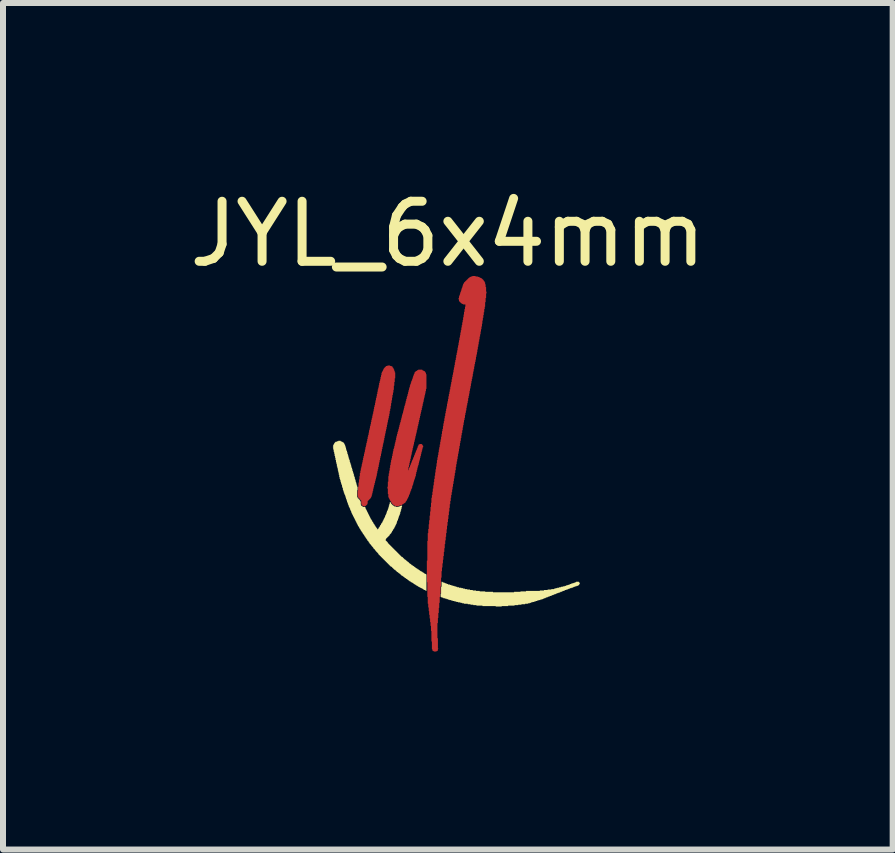
<source format=kicad_pcb>
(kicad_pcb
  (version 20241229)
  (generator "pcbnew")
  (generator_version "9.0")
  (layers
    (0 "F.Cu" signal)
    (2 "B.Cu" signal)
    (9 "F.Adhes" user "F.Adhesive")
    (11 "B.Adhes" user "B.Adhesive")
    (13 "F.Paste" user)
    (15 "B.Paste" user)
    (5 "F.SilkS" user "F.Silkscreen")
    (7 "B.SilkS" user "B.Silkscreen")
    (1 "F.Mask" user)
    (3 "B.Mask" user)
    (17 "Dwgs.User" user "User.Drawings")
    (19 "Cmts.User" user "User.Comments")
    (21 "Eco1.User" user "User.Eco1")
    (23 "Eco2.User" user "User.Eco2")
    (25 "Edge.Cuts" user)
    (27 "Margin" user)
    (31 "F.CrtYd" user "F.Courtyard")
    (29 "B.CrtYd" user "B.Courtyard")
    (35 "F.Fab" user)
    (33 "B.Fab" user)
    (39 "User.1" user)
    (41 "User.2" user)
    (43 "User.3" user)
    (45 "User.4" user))
  (footprint "JYL_6x4mm"
    (layer "F.Cu")
    (at 2.463 7.852)
    (property "Reference" "JYL_6x4mm" (at 1.948 -7.004 0) (layer "F.SilkS") (effects (font (size 1 1) (thickness 0.15))))
    (fp_poly (pts (xy 2.547 -0.805) (xy 2.524 -0.805) (xy 2.524 -0.813) (xy 2.424 -0.813) (xy 2.424 -0.821) (xy 2.371 -0.821) (xy 2.371 -0.828) (xy 2.325 -0.828) (xy 2.325 -0.836) (xy 2.279 -0.836) (xy 2.279 -0.844) (xy 2.218 -0.844) (xy 2.218 -0.851) (xy 2.187 -0.851) (xy 2.187 -0.859) (xy 2.157 -0.859) (xy 2.157 -0.867) (xy 2.118 -0.867) (xy 2.118 -0.874) (xy 2.088 -0.874) (xy 2.088 -0.882) (xy 2.057 -0.882) (xy 2.057 -0.89) (xy 2.027 -0.89) (xy 2.027 -0.897) (xy 2.004 -0.897) (xy 2.004 -0.905) (xy 1.973 -0.905) (xy 1.973 -0.913) (xy 1.95 -0.913) (xy 1.95 -0.92) (xy 1.927 -0.92) (xy 1.927 -0.928) (xy 1.904 -0.928) (xy 1.904 -0.935) (xy 1.874 -0.935) (xy 1.874 -0.943) (xy 1.858 -0.943) (xy 1.858 -0.951) (xy 1.835 -0.951) (xy 1.835 -0.958) (xy 1.828 -0.958) (xy 1.828 -1.012) (xy 1.835 -1.012) (xy 1.835 -1.127) (xy 1.843 -1.127) (xy 1.843 -1.211) (xy 1.858 -1.211) (xy 1.858 -1.203) (xy 1.874 -1.203) (xy 1.874 -1.195) (xy 1.897 -1.195) (xy 1.897 -1.188) (xy 1.912 -1.188) (xy 1.912 -1.18) (xy 1.935 -1.18) (xy 1.935 -1.173) (xy 1.95 -1.173) (xy 1.95 -1.165) (xy 1.981 -1.165) (xy 1.981 -1.157) (xy 2.004 -1.157) (xy 2.004 -1.15) (xy 2.027 -1.15) (xy 2.027 -1.142) (xy 2.057 -1.142) (xy 2.057 -1.134) (xy 2.08 -1.134) (xy 2.08 -1.127) (xy 2.103 -1.127) (xy 2.103 -1.119) (xy 2.134 -1.119) (xy 2.134 -1.111) (xy 2.172 -1.111) (xy 2.172 -1.104) (xy 2.203 -1.104) (xy 2.203 -1.096) (xy 2.233 -1.096) (xy 2.233 -1.088) (xy 2.271 -1.088) (xy 2.271 -1.081) (xy 2.317 -1.081) (xy 2.317 -1.073) (xy 2.363 -1.073) (xy 2.363 -1.065) (xy 2.417 -1.065) (xy 2.417 -1.058) (xy 2.478 -1.058) (xy 2.478 -1.05) (xy 2.57 -1.05) (xy 2.57 -1.043) (xy 2.7 -1.043) (xy 2.7 -1.035) (xy 3.051 -1.035) (xy 3.051 -1.043) (xy 3.158 -1.043) (xy 3.158 -1.05) (xy 3.25 -1.05) (xy 3.25 -1.058) (xy 3.48 -1.058) (xy 3.48 -1.065) (xy 3.549 -1.065) (xy 3.549 -1.073) (xy 3.61 -1.073) (xy 3.61 -1.081) (xy 3.671 -1.081) (xy 3.671 -1.088) (xy 3.717 -1.088) (xy 3.717 -1.096) (xy 3.74 -1.096) (xy 3.74 -1.104) (xy 3.77 -1.104) (xy 3.77 -1.111) (xy 3.801 -1.111) (xy 3.801 -1.119) (xy 3.831 -1.119) (xy 3.831 -1.127) (xy 3.862 -1.127) (xy 3.862 -1.134) (xy 3.893 -1.134) (xy 3.893 -1.142) (xy 3.916 -1.142) (xy 3.916 -1.15) (xy 3.939 -1.15) (xy 3.939 -1.157) (xy 3.961 -1.157) (xy 3.961 -1.165) (xy 3.984 -1.165) (xy 3.984 -1.173) (xy 4 -1.173) (xy 4 -1.18) (xy 4.023 -1.18) (xy 4.023 -1.188) (xy 4.046 -1.188) (xy 4.046 -1.195) (xy 4.069 -1.195) (xy 4.069 -1.203) (xy 4.084 -1.203) (xy 4.084 -1.211) (xy 4.13 -1.211) (xy 4.13 -1.203) (xy 4.137 -1.203) (xy 4.137 -1.195) (xy 4.145 -1.195) (xy 4.145 -1.173) (xy 4.137 -1.173) (xy 4.137 -1.157) (xy 4.13 -1.157) (xy 4.13 -1.15) (xy 4.114 -1.15) (xy 4.114 -1.142) (xy 4.091 -1.142) (xy 4.091 -1.134) (xy 4.069 -1.134) (xy 4.069 -1.127) (xy 4.046 -1.127) (xy 4.046 -1.119) (xy 4.03 -1.119) (xy 4.03 -1.111) (xy 4.007 -1.111) (xy 4.007 -1.104) (xy 3.984 -1.104) (xy 3.984 -1.096) (xy 3.961 -1.096) (xy 3.961 -1.088) (xy 3.946 -1.088) (xy 3.946 -1.081) (xy 3.923 -1.081) (xy 3.923 -1.073) (xy 3.9 -1.073) (xy 3.9 -1.065) (xy 3.885 -1.065) (xy 3.885 -1.058) (xy 3.862 -1.058) (xy 3.862 -1.05) (xy 3.847 -1.05) (xy 3.847 -1.043) (xy 3.824 -1.043) (xy 3.824 -1.035) (xy 3.809 -1.035) (xy 3.809 -1.027) (xy 3.786 -1.027) (xy 3.786 -1.02) (xy 3.763 -1.02) (xy 3.763 -1.012) (xy 3.747 -1.012) (xy 3.747 -1.004) (xy 3.724 -1.004) (xy 3.724 -0.997) (xy 3.709 -0.997) (xy 3.709 -0.989) (xy 3.686 -0.989) (xy 3.686 -0.981) (xy 3.671 -0.981) (xy 3.671 -0.974) (xy 3.648 -0.974) (xy 3.648 -0.966) (xy 3.625 -0.966) (xy 3.625 -0.958) (xy 3.61 -0.958) (xy 3.61 -0.951) (xy 3.587 -0.951) (xy 3.587 -0.943) (xy 3.571 -0.943) (xy 3.571 -0.935) (xy 3.549 -0.935) (xy 3.549 -0.928) (xy 3.533 -0.928) (xy 3.533 -0.92) (xy 3.51 -0.92) (xy 3.51 -0.913) (xy 3.487 -0.913) (xy 3.487 -0.905) (xy 3.457 -0.905) (xy 3.457 -0.897) (xy 3.434 -0.897) (xy 3.434 -0.89) (xy 3.411 -0.89) (xy 3.411 -0.882) (xy 3.388 -0.882) (xy 3.388 -0.874) (xy 3.357 -0.874) (xy 3.357 -0.867) (xy 3.334 -0.867) (xy 3.334 -0.859) (xy 3.311 -0.859) (xy 3.311 -0.851) (xy 3.281 -0.851) (xy 3.281 -0.844) (xy 3.235 -0.844) (xy 3.235 -0.836) (xy 3.174 -0.836) (xy 3.174 -0.828) (xy 3.12 -0.828) (xy 3.12 -0.821) (xy 3.059 -0.821) (xy 3.059 -0.813) (xy 2.952 -0.813) (xy 2.952 -0.805) (xy 2.845 -0.805) (xy 2.845 -0.798) (xy 2.745 -0.798) (xy 2.745 -0.805) (xy 2.554 -0.805)) (stroke (width 0) (type default)) (fill yes) (layer "F.SilkS"))
    (fp_poly (pts (xy 1.239 -1.272) (xy 1.231 -1.272) (xy 1.231 -1.28) (xy 1.224 -1.28) (xy 1.224 -1.287) (xy 1.216 -1.287) (xy 1.216 -1.295) (xy 1.201 -1.295) (xy 1.201 -1.303) (xy 1.193 -1.303) (xy 1.193 -1.31) (xy 1.178 -1.31) (xy 1.178 -1.318) (xy 1.17 -1.318) (xy 1.17 -1.325) (xy 1.162 -1.325) (xy 1.162 -1.333) (xy 1.155 -1.333) (xy 1.155 -1.341) (xy 1.147 -1.341) (xy 1.147 -1.348) (xy 1.132 -1.348) (xy 1.132 -1.356) (xy 1.124 -1.356) (xy 1.124 -1.364) (xy 1.117 -1.364) (xy 1.117 -1.371) (xy 1.101 -1.371) (xy 1.101 -1.379) (xy 1.094 -1.379) (xy 1.094 -1.387) (xy 1.086 -1.387) (xy 1.086 -1.394) (xy 1.078 -1.394) (xy 1.078 -1.402) (xy 1.071 -1.402) (xy 1.071 -1.41) (xy 1.055 -1.41) (xy 1.055 -1.417) (xy 1.048 -1.417) (xy 1.048 -1.425) (xy 1.04 -1.425) (xy 1.04 -1.433) (xy 1.032 -1.433) (xy 1.032 -1.44) (xy 1.025 -1.44) (xy 1.025 -1.448) (xy 1.017 -1.448) (xy 1.017 -1.456) (xy 1.009 -1.456) (xy 1.009 -1.463) (xy 0.994 -1.463) (xy 0.994 -1.471) (xy 0.987 -1.471) (xy 0.987 -1.478) (xy 0.979 -1.478) (xy 0.979 -1.486) (xy 0.971 -1.486) (xy 0.971 -1.494) (xy 0.964 -1.494) (xy 0.964 -1.501) (xy 0.956 -1.501) (xy 0.956 -1.509) (xy 0.948 -1.509) (xy 0.948 -1.517) (xy 0.941 -1.517) (xy 0.941 -1.524) (xy 0.933 -1.524) (xy 0.933 -1.532) (xy 0.925 -1.532) (xy 0.925 -1.54) (xy 0.918 -1.54) (xy 0.918 -1.547) (xy 0.91 -1.547) (xy 0.91 -1.555) (xy 0.902 -1.555) (xy 0.902 -1.563) (xy 0.895 -1.563) (xy 0.895 -1.57) (xy 0.887 -1.57) (xy 0.887 -1.578) (xy 0.879 -1.578) (xy 0.879 -1.586) (xy 0.872 -1.586) (xy 0.872 -1.593) (xy 0.864 -1.593) (xy 0.864 -1.601) (xy 0.857 -1.601) (xy 0.857 -1.608) (xy 0.849 -1.608) (xy 0.849 -1.616) (xy 0.841 -1.616) (xy 0.841 -1.624) (xy 0.834 -1.624) (xy 0.834 -1.631) (xy 0.826 -1.631) (xy 0.826 -1.639) (xy 0.818 -1.639) (xy 0.818 -1.647) (xy 0.811 -1.647) (xy 0.811 -1.654) (xy 0.803 -1.654) (xy 0.803 -1.662) (xy 0.795 -1.662) (xy 0.795 -1.67) (xy 0.788 -1.67) (xy 0.788 -1.685) (xy 0.78 -1.685) (xy 0.78 -1.693) (xy 0.772 -1.693) (xy 0.772 -1.7) (xy 0.765 -1.7) (xy 0.765 -1.708) (xy 0.757 -1.708) (xy 0.757 -1.716) (xy 0.749 -1.716) (xy 0.749 -1.723) (xy 0.742 -1.723) (xy 0.742 -1.738) (xy 0.734 -1.738) (xy 0.734 -1.746) (xy 0.727 -1.746) (xy 0.727 -1.754) (xy 0.719 -1.754) (xy 0.719 -1.761) (xy 0.711 -1.761) (xy 0.711 -1.769) (xy 0.704 -1.769) (xy 0.704 -1.784) (xy 0.696 -1.784) (xy 0.696 -1.792) (xy 0.688 -1.792) (xy 0.688 -1.8) (xy 0.681 -1.8) (xy 0.681 -1.807) (xy 0.673 -1.807) (xy 0.673 -1.823) (xy 0.665 -1.823) (xy 0.665 -1.83) (xy 0.658 -1.83) (xy 0.658 -1.838) (xy 0.65 -1.838) (xy 0.65 -1.846) (xy 0.642 -1.846) (xy 0.642 -1.861) (xy 0.635 -1.861) (xy 0.635 -1.868) (xy 0.627 -1.868) (xy 0.627 -1.884) (xy 0.619 -1.884) (xy 0.619 -1.891) (xy 0.612 -1.891) (xy 0.612 -1.899) (xy 0.604 -1.899) (xy 0.604 -1.914) (xy 0.597 -1.914) (xy 0.597 -1.922) (xy 0.589 -1.922) (xy 0.589 -1.937) (xy 0.581 -1.937) (xy 0.581 -1.945) (xy 0.574 -1.945) (xy 0.574 -1.96) (xy 0.566 -1.96) (xy 0.566 -1.968) (xy 0.558 -1.968) (xy 0.558 -1.983) (xy 0.551 -1.983) (xy 0.551 -1.991) (xy 0.543 -1.991) (xy 0.543 -2.006) (xy 0.535 -2.006) (xy 0.535 -2.014) (xy 0.528 -2.014) (xy 0.528 -2.029) (xy 0.52 -2.029) (xy 0.52 -2.037) (xy 0.512 -2.037) (xy 0.512 -2.052) (xy 0.505 -2.052) (xy 0.505 -2.06) (xy 0.497 -2.06) (xy 0.497 -2.075) (xy 0.489 -2.075) (xy 0.489 -2.09) (xy 0.482 -2.09) (xy 0.482 -2.098) (xy 0.474 -2.098) (xy 0.474 -2.113) (xy 0.467 -2.113) (xy 0.467 -2.128) (xy 0.459 -2.128) (xy 0.459 -2.136) (xy 0.451 -2.136) (xy 0.451 -2.151) (xy 0.444 -2.151) (xy 0.444 -2.167) (xy 0.436 -2.167) (xy 0.436 -2.182) (xy 0.428 -2.182) (xy 0.428 -2.197) (xy 0.421 -2.197) (xy 0.421 -2.213) (xy 0.413 -2.213) (xy 0.413 -2.228) (xy 0.405 -2.228) (xy 0.405 -2.243) (xy 0.398 -2.243) (xy 0.398 -2.259) (xy 0.39 -2.259) (xy 0.39 -2.274) (xy 0.382 -2.274) (xy 0.382 -2.289) (xy 0.375 -2.289) (xy 0.375 -2.304) (xy 0.367 -2.304) (xy 0.367 -2.32) (xy 0.359 -2.32) (xy 0.359 -2.335) (xy 0.352 -2.335) (xy 0.352 -2.35) (xy 0.344 -2.35) (xy 0.344 -2.366) (xy 0.337 -2.366) (xy 0.337 -2.389) (xy 0.329 -2.389) (xy 0.329 -2.404) (xy 0.321 -2.404) (xy 0.321 -2.427) (xy 0.314 -2.427) (xy 0.314 -2.442) (xy 0.306 -2.442) (xy 0.306 -2.457) (xy 0.298 -2.457) (xy 0.298 -2.48) (xy 0.291 -2.48) (xy 0.291 -2.496) (xy 0.283 -2.496) (xy 0.283 -2.519) (xy 0.275 -2.519) (xy 0.275 -2.541) (xy 0.268 -2.541) (xy 0.268 -2.564) (xy 0.26 -2.564) (xy 0.26 -2.587) (xy 0.252 -2.587) (xy 0.252 -2.61) (xy 0.245 -2.61) (xy 0.245 -2.633) (xy 0.237 -2.633) (xy 0.237 -2.656) (xy 0.229 -2.656) (xy 0.229 -2.671) (xy 0.222 -2.671) (xy 0.222 -2.694) (xy 0.214 -2.694) (xy 0.214 -2.717) (xy 0.206 -2.717) (xy 0.206 -2.74) (xy 0.199 -2.74) (xy 0.199 -2.771) (xy 0.191 -2.771) (xy 0.191 -2.794) (xy 0.184 -2.794) (xy 0.184 -2.824) (xy 0.176 -2.824) (xy 0.176 -2.847) (xy 0.168 -2.847) (xy 0.168 -2.87) (xy 0.161 -2.87) (xy 0.161 -2.901) (xy 0.153 -2.901) (xy 0.153 -2.924) (xy 0.145 -2.924) (xy 0.145 -2.954) (xy 0.138 -2.954) (xy 0.138 -2.993) (xy 0.13 -2.993) (xy 0.13 -3.031) (xy 0.122 -3.031) (xy 0.122 -3.062) (xy 0.115 -3.062) (xy 0.115 -3.1) (xy 0.107 -3.1) (xy 0.107 -3.13) (xy 0.099 -3.13) (xy 0.099 -3.169) (xy 0.092 -3.169) (xy 0.092 -3.199) (xy 0.084 -3.199) (xy 0.084 -3.237) (xy 0.076 -3.237) (xy 0.076 -3.276) (xy 0.069 -3.276) (xy 0.069 -3.306) (xy 0.061 -3.306) (xy 0.061 -3.344) (xy 0.054 -3.344) (xy 0.054 -3.375) (xy 0.046 -3.375) (xy 0.046 -3.413) (xy 0.038 -3.413) (xy 0.038 -3.452) (xy 0.031 -3.452) (xy 0.031 -3.459) (xy 0.038 -3.459) (xy 0.038 -3.49) (xy 0.046 -3.49) (xy 0.046 -3.505) (xy 0.054 -3.505) (xy 0.054 -3.52) (xy 0.061 -3.52) (xy 0.061 -3.528) (xy 0.069 -3.528) (xy 0.069 -3.536) (xy 0.076 -3.536) (xy 0.076 -3.543) (xy 0.099 -3.543) (xy 0.099 -3.551) (xy 0.122 -3.551) (xy 0.122 -3.559) (xy 0.161 -3.559) (xy 0.161 -3.551) (xy 0.176 -3.551) (xy 0.176 -3.543) (xy 0.191 -3.543) (xy 0.191 -3.536) (xy 0.206 -3.536) (xy 0.206 -3.528) (xy 0.214 -3.528) (xy 0.214 -3.52) (xy 0.222 -3.52) (xy 0.222 -3.505) (xy 0.229 -3.505) (xy 0.229 -3.49) (xy 0.237 -3.49) (xy 0.237 -3.467) (xy 0.245 -3.467) (xy 0.245 -3.444) (xy 0.252 -3.444) (xy 0.252 -3.413) (xy 0.26 -3.413) (xy 0.26 -3.39) (xy 0.268 -3.39) (xy 0.268 -3.367) (xy 0.275 -3.367) (xy 0.275 -3.337) (xy 0.283 -3.337) (xy 0.283 -3.314) (xy 0.291 -3.314) (xy 0.291 -3.283) (xy 0.298 -3.283) (xy 0.298 -3.26) (xy 0.306 -3.26) (xy 0.306 -3.237) (xy 0.314 -3.237) (xy 0.314 -3.207) (xy 0.321 -3.207) (xy 0.321 -3.184) (xy 0.329 -3.184) (xy 0.329 -3.161) (xy 0.337 -3.161) (xy 0.337 -3.13) (xy 0.344 -3.13) (xy 0.344 -3.107) (xy 0.352 -3.107) (xy 0.352 -3.084) (xy 0.359 -3.084) (xy 0.359 -3.054) (xy 0.367 -3.054) (xy 0.367 -3.031) (xy 0.375 -3.031) (xy 0.375 -3.008) (xy 0.382 -3.008) (xy 0.382 -2.977) (xy 0.39 -2.977) (xy 0.39 -2.954) (xy 0.398 -2.954) (xy 0.398 -2.924) (xy 0.405 -2.924) (xy 0.405 -2.901) (xy 0.413 -2.901) (xy 0.413 -2.87) (xy 0.421 -2.87) (xy 0.421 -2.847) (xy 0.428 -2.847) (xy 0.428 -2.817) (xy 0.436 -2.817) (xy 0.436 -2.794) (xy 0.444 -2.794) (xy 0.444 -2.733) (xy 0.436 -2.733) (xy 0.436 -2.626) (xy 0.444 -2.626) (xy 0.444 -2.603) (xy 0.459 -2.603) (xy 0.459 -2.587) (xy 0.474 -2.587) (xy 0.474 -2.572) (xy 0.482 -2.572) (xy 0.482 -2.564) (xy 0.489 -2.564) (xy 0.489 -2.549) (xy 0.497 -2.549) (xy 0.497 -2.496) (xy 0.505 -2.496) (xy 0.505 -2.473) (xy 0.52 -2.473) (xy 0.52 -2.465) (xy 0.535 -2.465) (xy 0.535 -2.457) (xy 0.574 -2.457) (xy 0.574 -2.434) (xy 0.581 -2.434) (xy 0.581 -2.419) (xy 0.589 -2.419) (xy 0.589 -2.404) (xy 0.597 -2.404) (xy 0.597 -2.389) (xy 0.604 -2.389) (xy 0.604 -2.373) (xy 0.612 -2.373) (xy 0.612 -2.358) (xy 0.619 -2.358) (xy 0.619 -2.343) (xy 0.627 -2.343) (xy 0.627 -2.327) (xy 0.635 -2.327) (xy 0.635 -2.312) (xy 0.642 -2.312) (xy 0.642 -2.297) (xy 0.65 -2.297) (xy 0.65 -2.281) (xy 0.658 -2.281) (xy 0.658 -2.266) (xy 0.665 -2.266) (xy 0.665 -2.251) (xy 0.673 -2.251) (xy 0.673 -2.243) (xy 0.681 -2.243) (xy 0.681 -2.228) (xy 0.688 -2.228) (xy 0.688 -2.213) (xy 0.696 -2.213) (xy 0.696 -2.205) (xy 0.704 -2.205) (xy 0.704 -2.19) (xy 0.711 -2.19) (xy 0.711 -2.174) (xy 0.719 -2.174) (xy 0.719 -2.167) (xy 0.727 -2.167) (xy 0.727 -2.151) (xy 0.734 -2.151) (xy 0.734 -2.144) (xy 0.742 -2.144) (xy 0.742 -2.128) (xy 0.749 -2.128) (xy 0.749 -2.121) (xy 0.757 -2.121) (xy 0.757 -2.106) (xy 0.765 -2.106) (xy 0.765 -2.098) (xy 0.772 -2.098) (xy 0.772 -2.083) (xy 0.78 -2.083) (xy 0.78 -2.09) (xy 0.788 -2.09) (xy 0.788 -2.098) (xy 0.795 -2.098) (xy 0.795 -2.113) (xy 0.803 -2.113) (xy 0.803 -2.121) (xy 0.811 -2.121) (xy 0.811 -2.136) (xy 0.818 -2.136) (xy 0.818 -2.151) (xy 0.826 -2.151) (xy 0.826 -2.159) (xy 0.834 -2.159) (xy 0.834 -2.174) (xy 0.841 -2.174) (xy 0.841 -2.19) (xy 0.849 -2.19) (xy 0.849 -2.197) (xy 0.857 -2.197) (xy 0.857 -2.213) (xy 0.864 -2.213) (xy 0.864 -2.228) (xy 0.872 -2.228) (xy 0.872 -2.243) (xy 0.879 -2.243) (xy 0.879 -2.259) (xy 0.887 -2.259) (xy 0.887 -2.274) (xy 0.895 -2.274) (xy 0.895 -2.289) (xy 0.902 -2.289) (xy 0.902 -2.312) (xy 0.91 -2.312) (xy 0.91 -2.327) (xy 0.918 -2.327) (xy 0.918 -2.343) (xy 0.925 -2.343) (xy 0.925 -2.366) (xy 0.933 -2.366) (xy 0.933 -2.389) (xy 0.941 -2.389) (xy 0.941 -2.404) (xy 0.948 -2.404) (xy 0.948 -2.427) (xy 0.956 -2.427) (xy 0.956 -2.45) (xy 0.964 -2.45) (xy 0.964 -2.48) (xy 0.971 -2.48) (xy 0.971 -2.503) (xy 0.979 -2.503) (xy 0.979 -2.534) (xy 0.987 -2.534) (xy 0.987 -2.541) (xy 0.994 -2.541) (xy 0.994 -2.526) (xy 1.002 -2.526) (xy 1.002 -2.511) (xy 1.009 -2.511) (xy 1.009 -2.503) (xy 1.017 -2.503) (xy 1.017 -2.496) (xy 1.025 -2.496) (xy 1.025 -2.488) (xy 1.032 -2.488) (xy 1.032 -2.48) (xy 1.048 -2.48) (xy 1.048 -2.473) (xy 1.055 -2.473) (xy 1.055 -2.465) (xy 1.086 -2.465) (xy 1.086 -2.457) (xy 1.124 -2.457) (xy 1.124 -2.465) (xy 1.147 -2.465) (xy 1.147 -2.473) (xy 1.17 -2.473) (xy 1.17 -2.48) (xy 1.185 -2.48) (xy 1.185 -2.457) (xy 1.178 -2.457) (xy 1.178 -2.427) (xy 1.17 -2.427) (xy 1.17 -2.396) (xy 1.162 -2.396) (xy 1.162 -2.373) (xy 1.155 -2.373) (xy 1.155 -2.343) (xy 1.147 -2.343) (xy 1.147 -2.32) (xy 1.139 -2.32) (xy 1.139 -2.304) (xy 1.132 -2.304) (xy 1.132 -2.281) (xy 1.124 -2.281) (xy 1.124 -2.259) (xy 1.117 -2.259) (xy 1.117 -2.236) (xy 1.109 -2.236) (xy 1.109 -2.22) (xy 1.101 -2.22) (xy 1.101 -2.197) (xy 1.094 -2.197) (xy 1.094 -2.174) (xy 1.086 -2.174) (xy 1.086 -2.159) (xy 1.078 -2.159) (xy 1.078 -2.144) (xy 1.071 -2.144) (xy 1.071 -2.128) (xy 1.063 -2.128) (xy 1.063 -2.113) (xy 1.055 -2.113) (xy 1.055 -2.098) (xy 1.048 -2.098) (xy 1.048 -2.09) (xy 1.04 -2.09) (xy 1.04 -2.075) (xy 1.032 -2.075) (xy 1.032 -2.06) (xy 1.025 -2.06) (xy 1.025 -2.052) (xy 1.017 -2.052) (xy 1.017 -2.037) (xy 1.009 -2.037) (xy 1.009 -2.021) (xy 1.002 -2.021) (xy 1.002 -2.014) (xy 0.994 -2.014) (xy 0.994 -2.006) (xy 0.987 -2.006) (xy 0.987 -1.998) (xy 0.979 -1.998) (xy 0.979 -1.983) (xy 0.971 -1.983) (xy 0.971 -1.976) (xy 0.964 -1.976) (xy 0.964 -1.968) (xy 0.956 -1.968) (xy 0.956 -1.96) (xy 0.948 -1.96) (xy 0.948 -1.953) (xy 0.941 -1.953) (xy 0.941 -1.945) (xy 0.933 -1.945) (xy 0.933 -1.937) (xy 0.925 -1.937) (xy 0.925 -1.93) (xy 0.918 -1.93) (xy 0.918 -1.914) (xy 0.91 -1.914) (xy 0.91 -1.899) (xy 0.918 -1.899) (xy 0.918 -1.891) (xy 0.925 -1.891) (xy 0.925 -1.884) (xy 0.933 -1.884) (xy 0.933 -1.876) (xy 0.941 -1.876) (xy 0.941 -1.868) (xy 0.948 -1.868) (xy 0.948 -1.853) (xy 0.956 -1.853) (xy 0.956 -1.846) (xy 0.964 -1.846) (xy 0.964 -1.838) (xy 0.971 -1.838) (xy 0.971 -1.83) (xy 0.979 -1.83) (xy 0.979 -1.823) (xy 0.987 -1.823) (xy 0.987 -1.815) (xy 0.994 -1.815) (xy 0.994 -1.807) (xy 1.002 -1.807) (xy 1.002 -1.8) (xy 1.009 -1.8) (xy 1.009 -1.792) (xy 1.017 -1.792) (xy 1.017 -1.784) (xy 1.025 -1.784) (xy 1.025 -1.777) (xy 1.032 -1.777) (xy 1.032 -1.769) (xy 1.04 -1.769) (xy 1.04 -1.761) (xy 1.048 -1.761) (xy 1.048 -1.754) (xy 1.055 -1.754) (xy 1.055 -1.746) (xy 1.063 -1.746) (xy 1.063 -1.738) (xy 1.071 -1.738) (xy 1.071 -1.731) (xy 1.078 -1.731) (xy 1.078 -1.723) (xy 1.086 -1.723) (xy 1.086 -1.716) (xy 1.094 -1.716) (xy 1.094 -1.708) (xy 1.101 -1.708) (xy 1.101 -1.7) (xy 1.109 -1.7) (xy 1.109 -1.693) (xy 1.117 -1.693) (xy 1.117 -1.685) (xy 1.124 -1.685) (xy 1.124 -1.677) (xy 1.132 -1.677) (xy 1.132 -1.67) (xy 1.139 -1.67) (xy 1.139 -1.662) (xy 1.147 -1.662) (xy 1.147 -1.654) (xy 1.155 -1.654) (xy 1.155 -1.647) (xy 1.162 -1.647) (xy 1.162 -1.639) (xy 1.17 -1.639) (xy 1.17 -1.631) (xy 1.178 -1.631) (xy 1.178 -1.624) (xy 1.193 -1.624) (xy 1.193 -1.616) (xy 1.201 -1.616) (xy 1.201 -1.608) (xy 1.208 -1.608) (xy 1.208 -1.601) (xy 1.216 -1.601) (xy 1.216 -1.593) (xy 1.224 -1.593) (xy 1.224 -1.586) (xy 1.231 -1.586) (xy 1.231 -1.578) (xy 1.247 -1.578) (xy 1.247 -1.57) (xy 1.254 -1.57) (xy 1.254 -1.563) (xy 1.262 -1.563) (xy 1.262 -1.555) (xy 1.27 -1.555) (xy 1.27 -1.547) (xy 1.285 -1.547) (xy 1.285 -1.54) (xy 1.292 -1.54) (xy 1.292 -1.532) (xy 1.3 -1.532) (xy 1.3 -1.524) (xy 1.308 -1.524) (xy 1.308 -1.517) (xy 1.315 -1.517) (xy 1.315 -1.509) (xy 1.331 -1.509) (xy 1.331 -1.501) (xy 1.338 -1.501) (xy 1.338 -1.494) (xy 1.346 -1.494) (xy 1.346 -1.486) (xy 1.361 -1.486) (xy 1.361 -1.478) (xy 1.369 -1.478) (xy 1.369 -1.471) (xy 1.384 -1.471) (xy 1.384 -1.463) (xy 1.392 -1.463) (xy 1.392 -1.456) (xy 1.4 -1.456) (xy 1.4 -1.448) (xy 1.415 -1.448) (xy 1.415 -1.44) (xy 1.422 -1.44) (xy 1.422 -1.433) (xy 1.438 -1.433) (xy 1.438 -1.425) (xy 1.445 -1.425) (xy 1.445 -1.417) (xy 1.461 -1.417) (xy 1.461 -1.41) (xy 1.468 -1.41) (xy 1.468 -1.402) (xy 1.484 -1.402) (xy 1.484 -1.394) (xy 1.491 -1.394) (xy 1.491 -1.387) (xy 1.507 -1.387) (xy 1.507 -1.379) (xy 1.522 -1.379) (xy 1.522 -1.371) (xy 1.53 -1.371) (xy 1.53 -1.364) (xy 1.545 -1.364) (xy 1.545 -1.356) (xy 1.552 -1.356) (xy 1.552 -1.348) (xy 1.568 -1.348) (xy 1.568 -1.341) (xy 1.583 -1.341) (xy 1.583 -1.333) (xy 1.591 -1.333) (xy 1.591 -1.058) (xy 1.583 -1.058) (xy 1.583 -1.065) (xy 1.568 -1.065) (xy 1.568 -1.073) (xy 1.552 -1.073) (xy 1.552 -1.081) (xy 1.537 -1.081) (xy 1.537 -1.088) (xy 1.53 -1.088) (xy 1.53 -1.096) (xy 1.514 -1.096) (xy 1.514 -1.104) (xy 1.499 -1.104) (xy 1.499 -1.111) (xy 1.484 -1.111) (xy 1.484 -1.119) (xy 1.468 -1.119) (xy 1.468 -1.127) (xy 1.453 -1.127) (xy 1.453 -1.134) (xy 1.445 -1.134) (xy 1.445 -1.142) (xy 1.43 -1.142) (xy 1.43 -1.15) (xy 1.415 -1.15) (xy 1.415 -1.157) (xy 1.407 -1.157) (xy 1.407 -1.165) (xy 1.392 -1.165) (xy 1.392 -1.173) (xy 1.384 -1.173) (xy 1.384 -1.18) (xy 1.369 -1.18) (xy 1.369 -1.188) (xy 1.361 -1.188) (xy 1.361 -1.195) (xy 1.346 -1.195) (xy 1.346 -1.203) (xy 1.331 -1.203) (xy 1.331 -1.211) (xy 1.323 -1.211) (xy 1.323 -1.218) (xy 1.308 -1.218) (xy 1.308 -1.226) (xy 1.3 -1.226) (xy 1.3 -1.234) (xy 1.285 -1.234) (xy 1.285 -1.241) (xy 1.277 -1.241) (xy 1.277 -1.249) (xy 1.27 -1.249) (xy 1.27 -1.257) (xy 1.254 -1.257) (xy 1.254 -1.264) (xy 1.247 -1.264) (xy 1.247 -1.272)) (stroke (width 0) (type default)) (fill yes) (layer "F.SilkS"))
    (pad "" smd custom (at 0.574 -3.421) (size 0.000001 0.000001) (layers "F.Cu" "F.Mask") (options (anchor circle)) (primitives (gr_poly (pts (xy 0 0) (xy 0 -0.031) (xy 0.008 -0.031) (xy 0.008 -0.061) (xy 0.015 -0.061) (xy 0.015 -0.099) (xy 0.023 -0.099) (xy 0.023 -0.13) (xy 0.031 -0.13) (xy 0.031 -0.168) (xy 0.038 -0.168) (xy 0.038 -0.206) (xy 0.046 -0.206) (xy 0.046 -0.237) (xy 0.054 -0.237) (xy 0.054 -0.275) (xy 0.061 -0.275) (xy 0.061 -0.314) (xy 0.069 -0.314) (xy 0.069 -0.344) (xy 0.076 -0.344) (xy 0.076 -0.382) (xy 0.084 -0.382) (xy 0.084 -0.413) (xy 0.092 -0.413) (xy 0.092 -0.451) (xy 0.099 -0.451) (xy 0.099 -0.489) (xy 0.107 -0.489) (xy 0.107 -0.52) (xy 0.115 -0.52) (xy 0.115 -0.558) (xy 0.122 -0.558) (xy 0.122 -0.589) (xy 0.13 -0.589) (xy 0.13 -0.627) (xy 0.138 -0.627) (xy 0.138 -0.665) (xy 0.145 -0.665) (xy 0.145 -0.704) (xy 0.153 -0.704) (xy 0.153 -0.734) (xy 0.161 -0.734) (xy 0.161 -0.772) (xy 0.168 -0.772) (xy 0.168 -0.811) (xy 0.176 -0.811) (xy 0.176 -0.849) (xy 0.184 -0.849) (xy 0.184 -0.879) (xy 0.191 -0.879) (xy 0.191 -0.918) (xy 0.199 -0.918) (xy 0.199 -0.956) (xy 0.206 -0.956) (xy 0.206 -0.994) (xy 0.214 -0.994) (xy 0.214 -1.025) (xy 0.222 -1.025) (xy 0.222 -1.063) (xy 0.229 -1.063) (xy 0.229 -1.101) (xy 0.237 -1.101) (xy 0.237 -1.132) (xy 0.245 -1.132) (xy 0.245 -1.162) (xy 0.252 -1.162) (xy 0.252 -1.201) (xy 0.26 -1.201) (xy 0.26 -1.231) (xy 0.268 -1.231) (xy 0.268 -1.27) (xy 0.275 -1.27) (xy 0.275 -1.285) (xy 0.283 -1.285) (xy 0.283 -1.3) (xy 0.291 -1.3) (xy 0.291 -1.315) (xy 0.298 -1.315) (xy 0.298 -1.331) (xy 0.306 -1.331) (xy 0.306 -1.346) (xy 0.314 -1.346) (xy 0.314 -1.354) (xy 0.321 -1.354) (xy 0.321 -1.361) (xy 0.329 -1.361) (xy 0.329 -1.369) (xy 0.337 -1.369) (xy 0.337 -1.377) (xy 0.344 -1.377) (xy 0.344 -1.384) (xy 0.367 -1.384) (xy 0.367 -1.392) (xy 0.413 -1.392) (xy 0.413 -1.384) (xy 0.436 -1.384) (xy 0.436 -1.377) (xy 0.451 -1.377) (xy 0.451 -1.361) (xy 0.459 -1.361) (xy 0.459 -1.354) (xy 0.467 -1.354) (xy 0.467 -1.338) (xy 0.474 -1.338) (xy 0.474 -1.323) (xy 0.482 -1.323) (xy 0.482 -1.3) (xy 0.489 -1.3) (xy 0.489 -1.277) (xy 0.497 -1.277) (xy 0.497 -1.178) (xy 0.489 -1.178) (xy 0.489 -1.117) (xy 0.482 -1.117) (xy 0.482 -1.055) (xy 0.474 -1.055) (xy 0.474 -0.987) (xy 0.467 -0.987) (xy 0.467 -0.941) (xy 0.459 -0.941) (xy 0.459 -0.902) (xy 0.451 -0.902) (xy 0.451 -0.857) (xy 0.444 -0.857) (xy 0.444 -0.811) (xy 0.436 -0.811) (xy 0.436 -0.765) (xy 0.428 -0.765) (xy 0.428 -0.719) (xy 0.421 -0.719) (xy 0.421 -0.673) (xy 0.413 -0.673) (xy 0.413 -0.635) (xy 0.405 -0.635) (xy 0.405 -0.589) (xy 0.398 -0.589) (xy 0.398 -0.551) (xy 0.39 -0.551) (xy 0.39 -0.512) (xy 0.382 -0.512) (xy 0.382 -0.482) (xy 0.375 -0.482) (xy 0.375 -0.444) (xy 0.367 -0.444) (xy 0.367 -0.405) (xy 0.359 -0.405) (xy 0.359 -0.367) (xy 0.352 -0.367) (xy 0.352 -0.329) (xy 0.344 -0.329) (xy 0.344 -0.298) (xy 0.337 -0.298) (xy 0.337 -0.26) (xy 0.329 -0.26) (xy 0.329 -0.222) (xy 0.321 -0.222) (xy 0.321 -0.184) (xy 0.314 -0.184) (xy 0.314 -0.145) (xy 0.306 -0.145) (xy 0.306 -0.107) (xy 0.298 -0.107) (xy 0.298 -0.076) (xy 0.291 -0.076) (xy 0.291 -0.038) (xy 0.283 -0.038) (xy 0.283 0) (xy 0.275 0) (xy 0.275 0.038) (xy 0.268 0.038) (xy 0.268 0.076) (xy 0.26 0.076) (xy 0.26 0.115) (xy 0.252 0.115) (xy 0.252 0.145) (xy 0.245 0.145) (xy 0.245 0.184) (xy 0.237 0.184) (xy 0.237 0.222) (xy 0.229 0.222) (xy 0.229 0.26) (xy 0.222 0.26) (xy 0.222 0.298) (xy 0.214 0.298) (xy 0.214 0.336) (xy 0.206 0.336) (xy 0.206 0.367) (xy 0.199 0.367) (xy 0.199 0.405) (xy 0.191 0.405) (xy 0.191 0.444) (xy 0.184 0.444) (xy 0.184 0.474) (xy 0.176 0.474) (xy 0.176 0.505) (xy 0.168 0.505) (xy 0.168 0.535) (xy 0.161 0.535) (xy 0.161 0.566) (xy 0.153 0.566) (xy 0.153 0.597) (xy 0.145 0.597) (xy 0.145 0.627) (xy 0.138 0.627) (xy 0.138 0.658) (xy 0.13 0.658) (xy 0.13 0.696) (xy 0.122 0.696) (xy 0.122 0.727) (xy 0.115 0.727) (xy 0.115 0.757) (xy 0.107 0.757) (xy 0.107 0.788) (xy 0.099 0.788) (xy 0.099 0.803) (xy 0.092 0.803) (xy 0.092 0.818) (xy 0.084 0.818) (xy 0.084 0.826) (xy 0.076 0.826) (xy 0.076 0.834) (xy 0.069 0.834) (xy 0.069 0.841) (xy 0.061 0.841) (xy 0.061 0.849) (xy 0.054 0.849) (xy 0.054 0.857) (xy 0.046 0.857) (xy 0.046 0.864) (xy 0.038 0.864) (xy 0.038 0.91) (xy 0.031 0.91) (xy 0.031 0.925) (xy 0.023 0.925) (xy 0.023 0.933) (xy 0.015 0.933) (xy 0.015 0.941) (xy 0.008 0.941) (xy 0.008 0.948) (xy -0.008 0.948) (xy -0.008 0.956) (xy -0.031 0.956) (xy -0.031 0.948) (xy -0.046 0.948) (xy -0.046 0.941) (xy -0.061 0.941) (xy -0.061 0.918) (xy -0.069 0.918) (xy -0.069 0.857) (xy -0.076 0.857) (xy -0.076 0.849) (xy -0.084 0.849) (xy -0.084 0.841) (xy -0.092 0.841) (xy -0.092 0.826) (xy -0.107 0.826) (xy -0.107 0.811) (xy -0.122 0.811) (xy -0.122 0.788) (xy -0.13 0.788) (xy -0.13 0.696) (xy -0.122 0.696) (xy -0.122 0.627) (xy -0.115 0.627) (xy -0.115 0.558) (xy -0.107 0.558) (xy -0.107 0.505) (xy -0.099 0.505) (xy -0.099 0.451) (xy -0.092 0.451) (xy -0.092 0.398) (xy -0.084 0.398) (xy -0.084 0.359) (xy -0.076 0.359) (xy -0.076 0.321) (xy -0.069 0.321) (xy -0.069 0.291) (xy -0.061 0.291) (xy -0.061 0.252) (xy -0.054 0.252) (xy -0.054 0.222) (xy -0.046 0.222) (xy -0.046 0.184) (xy -0.038 0.184) (xy -0.038 0.145) (xy -0.031 0.145) (xy -0.031 0.115) (xy -0.023 0.115) (xy -0.023 0.076) (xy -0.015 0.076) (xy -0.015 0.046) (xy -0.008 0.046) (xy -0.008 0.008) (xy 0 0.008)) (width 0) (fill yes))))
    (pad "" smd custom (at 1.017 -2.511) (size 0.000001 0.000001) (layers "F.Cu" "F.Mask") (options (anchor circle)) (primitives (gr_poly (pts (xy 0 0) (xy 0 -0.008) (xy -0.008 -0.008) (xy -0.008 -0.023) (xy -0.015 -0.023) (xy -0.015 -0.038) (xy -0.023 -0.038) (xy -0.023 -0.046) (xy -0.031 -0.046) (xy -0.031 -0.061) (xy -0.038 -0.061) (xy -0.038 -0.076) (xy -0.046 -0.076) (xy -0.046 -0.092) (xy -0.054 -0.092) (xy -0.054 -0.107) (xy -0.061 -0.107) (xy -0.061 -0.161) (xy -0.069 -0.161) (xy -0.069 -0.252) (xy -0.076 -0.252) (xy -0.076 -0.283) (xy -0.069 -0.283) (xy -0.069 -0.367) (xy -0.061 -0.367) (xy -0.061 -0.459) (xy -0.054 -0.459) (xy -0.054 -0.505) (xy -0.046 -0.505) (xy -0.046 -0.551) (xy -0.038 -0.551) (xy -0.038 -0.597) (xy -0.031 -0.597) (xy -0.031 -0.642) (xy -0.023 -0.642) (xy -0.023 -0.688) (xy -0.015 -0.688) (xy -0.015 -0.727) (xy -0.008 -0.727) (xy -0.008 -0.757) (xy 0 -0.757) (xy 0 -0.795) (xy 0.008 -0.795) (xy 0.008 -0.834) (xy 0.015 -0.834) (xy 0.015 -0.872) (xy 0.023 -0.872) (xy 0.023 -0.91) (xy 0.031 -0.91) (xy 0.031 -0.933) (xy 0.038 -0.933) (xy 0.038 -0.964) (xy 0.046 -0.964) (xy 0.046 -1.002) (xy 0.054 -1.002) (xy 0.054 -1.032) (xy 0.061 -1.032) (xy 0.061 -1.063) (xy 0.069 -1.063) (xy 0.069 -1.101) (xy 0.076 -1.101) (xy 0.076 -1.132) (xy 0.084 -1.132) (xy 0.084 -1.162) (xy 0.092 -1.162) (xy 0.092 -1.193) (xy 0.099 -1.193) (xy 0.099 -1.216) (xy 0.107 -1.216) (xy 0.107 -1.247) (xy 0.115 -1.247) (xy 0.115 -1.277) (xy 0.122 -1.277) (xy 0.122 -1.308) (xy 0.13 -1.308) (xy 0.13 -1.338) (xy 0.138 -1.338) (xy 0.138 -1.361) (xy 0.145 -1.361) (xy 0.145 -1.392) (xy 0.153 -1.392) (xy 0.153 -1.422) (xy 0.161 -1.422) (xy 0.161 -1.453) (xy 0.168 -1.453) (xy 0.168 -1.484) (xy 0.176 -1.484) (xy 0.176 -1.507) (xy 0.184 -1.507) (xy 0.184 -1.537) (xy 0.191 -1.537) (xy 0.191 -1.568) (xy 0.199 -1.568) (xy 0.199 -1.598) (xy 0.206 -1.598) (xy 0.206 -1.629) (xy 0.214 -1.629) (xy 0.214 -1.652) (xy 0.222 -1.652) (xy 0.222 -1.682) (xy 0.229 -1.682) (xy 0.229 -1.713) (xy 0.237 -1.713) (xy 0.237 -1.744) (xy 0.245 -1.744) (xy 0.245 -1.774) (xy 0.252 -1.774) (xy 0.252 -1.797) (xy 0.26 -1.797) (xy 0.26 -1.828) (xy 0.268 -1.828) (xy 0.268 -1.858) (xy 0.275 -1.858) (xy 0.275 -1.889) (xy 0.283 -1.889) (xy 0.283 -1.92) (xy 0.291 -1.92) (xy 0.291 -1.943) (xy 0.298 -1.943) (xy 0.298 -1.973) (xy 0.306 -1.973) (xy 0.306 -1.996) (xy 0.314 -1.996) (xy 0.314 -2.019) (xy 0.321 -2.019) (xy 0.321 -2.042) (xy 0.329 -2.042) (xy 0.329 -2.057) (xy 0.336 -2.057) (xy 0.336 -2.08) (xy 0.344 -2.08) (xy 0.344 -2.103) (xy 0.352 -2.103) (xy 0.352 -2.126) (xy 0.359 -2.126) (xy 0.359 -2.149) (xy 0.367 -2.149) (xy 0.367 -2.164) (xy 0.375 -2.164) (xy 0.375 -2.187) (xy 0.382 -2.187) (xy 0.382 -2.195) (xy 0.39 -2.195) (xy 0.39 -2.203) (xy 0.398 -2.203) (xy 0.398 -2.21) (xy 0.413 -2.21) (xy 0.413 -2.218) (xy 0.421 -2.218) (xy 0.421 -2.225) (xy 0.436 -2.225) (xy 0.436 -2.233) (xy 0.505 -2.233) (xy 0.505 -2.225) (xy 0.512 -2.225) (xy 0.512 -2.218) (xy 0.528 -2.218) (xy 0.528 -2.21) (xy 0.543 -2.21) (xy 0.543 -2.203) (xy 0.551 -2.203) (xy 0.551 -2.195) (xy 0.558 -2.195) (xy 0.558 -2.18) (xy 0.566 -2.18) (xy 0.566 -2.157) (xy 0.574 -2.157) (xy 0.574 -1.912) (xy 0.566 -1.912) (xy 0.566 -1.874) (xy 0.558 -1.874) (xy 0.558 -1.835) (xy 0.551 -1.835) (xy 0.551 -1.805) (xy 0.543 -1.805) (xy 0.543 -1.767) (xy 0.535 -1.767) (xy 0.535 -1.736) (xy 0.528 -1.736) (xy 0.528 -1.698) (xy 0.52 -1.698) (xy 0.52 -1.667) (xy 0.512 -1.667) (xy 0.512 -1.629) (xy 0.505 -1.629) (xy 0.505 -1.598) (xy 0.497 -1.598) (xy 0.497 -1.56) (xy 0.489 -1.56) (xy 0.489 -1.53) (xy 0.482 -1.53) (xy 0.482 -1.499) (xy 0.474 -1.499) (xy 0.474 -1.461) (xy 0.467 -1.461) (xy 0.467 -1.43) (xy 0.459 -1.43) (xy 0.459 -1.392) (xy 0.451 -1.392) (xy 0.451 -1.361) (xy 0.444 -1.361) (xy 0.444 -1.323) (xy 0.436 -1.323) (xy 0.436 -1.292) (xy 0.428 -1.292) (xy 0.428 -1.254) (xy 0.421 -1.254) (xy 0.421 -1.224) (xy 0.413 -1.224) (xy 0.413 -1.185) (xy 0.405 -1.185) (xy 0.405 -1.155) (xy 0.398 -1.155) (xy 0.398 -1.124) (xy 0.39 -1.124) (xy 0.39 -1.086) (xy 0.382 -1.086) (xy 0.382 -1.055) (xy 0.375 -1.055) (xy 0.375 -1.025) (xy 0.367 -1.025) (xy 0.367 -0.987) (xy 0.359 -0.987) (xy 0.359 -0.956) (xy 0.352 -0.956) (xy 0.352 -0.925) (xy 0.344 -0.925) (xy 0.344 -0.887) (xy 0.336 -0.887) (xy 0.336 -0.857) (xy 0.329 -0.857) (xy 0.329 -0.818) (xy 0.321 -0.818) (xy 0.321 -0.788) (xy 0.314 -0.788) (xy 0.314 -0.749) (xy 0.306 -0.749) (xy 0.306 -0.711) (xy 0.298 -0.711) (xy 0.298 -0.681) (xy 0.291 -0.681) (xy 0.291 -0.642) (xy 0.283 -0.642) (xy 0.283 -0.612) (xy 0.275 -0.612) (xy 0.275 -0.574) (xy 0.268 -0.574) (xy 0.268 -0.558) (xy 0.275 -0.558) (xy 0.275 -0.574) (xy 0.283 -0.574) (xy 0.283 -0.597) (xy 0.291 -0.597) (xy 0.291 -0.612) (xy 0.298 -0.612) (xy 0.298 -0.635) (xy 0.306 -0.635) (xy 0.306 -0.65) (xy 0.314 -0.65) (xy 0.314 -0.673) (xy 0.321 -0.673) (xy 0.321 -0.688) (xy 0.329 -0.688) (xy 0.329 -0.711) (xy 0.336 -0.711) (xy 0.336 -0.727) (xy 0.344 -0.727) (xy 0.344 -0.742) (xy 0.352 -0.742) (xy 0.352 -0.765) (xy 0.359 -0.765) (xy 0.359 -0.78) (xy 0.367 -0.78) (xy 0.367 -0.803) (xy 0.375 -0.803) (xy 0.375 -0.818) (xy 0.382 -0.818) (xy 0.382 -0.841) (xy 0.39 -0.841) (xy 0.39 -0.857) (xy 0.398 -0.857) (xy 0.398 -0.879) (xy 0.405 -0.879) (xy 0.405 -0.895) (xy 0.413 -0.895) (xy 0.413 -0.918) (xy 0.421 -0.918) (xy 0.421 -0.933) (xy 0.428 -0.933) (xy 0.428 -0.956) (xy 0.436 -0.956) (xy 0.436 -0.971) (xy 0.444 -0.971) (xy 0.444 -0.987) (xy 0.459 -0.987) (xy 0.459 -0.994) (xy 0.497 -0.994) (xy 0.497 -0.987) (xy 0.505 -0.987) (xy 0.505 -0.979) (xy 0.512 -0.979) (xy 0.512 -0.964) (xy 0.52 -0.964) (xy 0.52 -0.941) (xy 0.512 -0.941) (xy 0.512 -0.918) (xy 0.505 -0.918) (xy 0.505 -0.887) (xy 0.497 -0.887) (xy 0.497 -0.857) (xy 0.489 -0.857) (xy 0.489 -0.826) (xy 0.482 -0.826) (xy 0.482 -0.795) (xy 0.474 -0.795) (xy 0.474 -0.765) (xy 0.467 -0.765) (xy 0.467 -0.734) (xy 0.459 -0.734) (xy 0.459 -0.704) (xy 0.451 -0.704) (xy 0.451 -0.673) (xy 0.444 -0.673) (xy 0.444 -0.642) (xy 0.436 -0.642) (xy 0.436 -0.619) (xy 0.428 -0.619) (xy 0.428 -0.589) (xy 0.421 -0.589) (xy 0.421 -0.558) (xy 0.413 -0.558) (xy 0.413 -0.528) (xy 0.405 -0.528) (xy 0.405 -0.497) (xy 0.398 -0.497) (xy 0.398 -0.459) (xy 0.39 -0.459) (xy 0.39 -0.436) (xy 0.382 -0.436) (xy 0.382 -0.413) (xy 0.375 -0.413) (xy 0.375 -0.39) (xy 0.367 -0.39) (xy 0.367 -0.367) (xy 0.359 -0.367) (xy 0.359 -0.337) (xy 0.352 -0.337) (xy 0.352 -0.314) (xy 0.344 -0.314) (xy 0.344 -0.291) (xy 0.336 -0.291) (xy 0.336 -0.26) (xy 0.329 -0.26) (xy 0.329 -0.245) (xy 0.321 -0.245) (xy 0.321 -0.222) (xy 0.314 -0.222) (xy 0.314 -0.206) (xy 0.306 -0.206) (xy 0.306 -0.184) (xy 0.298 -0.184) (xy 0.298 -0.161) (xy 0.291 -0.161) (xy 0.291 -0.145) (xy 0.283 -0.145) (xy 0.283 -0.122) (xy 0.275 -0.122) (xy 0.275 -0.107) (xy 0.268 -0.107) (xy 0.268 -0.092) (xy 0.26 -0.092) (xy 0.26 -0.076) (xy 0.252 -0.076) (xy 0.252 -0.061) (xy 0.245 -0.061) (xy 0.245 -0.046) (xy 0.237 -0.046) (xy 0.237 -0.038) (xy 0.229 -0.038) (xy 0.229 -0.023) (xy 0.222 -0.023) (xy 0.222 -0.015) (xy 0.214 -0.015) (xy 0.214 -0.008) (xy 0.199 -0.008) (xy 0.199 0) (xy 0.191 0) (xy 0.191 0.008) (xy 0.176 0.008) (xy 0.176 0.015) (xy 0.168 0.015) (xy 0.168 0.023) (xy 0.153 0.023) (xy 0.153 0.031) (xy 0.122 0.031) (xy 0.122 0.038) (xy 0.099 0.038) (xy 0.099 0.046) (xy 0.076 0.046) (xy 0.076 0.038) (xy 0.046 0.038) (xy 0.046 0.031) (xy 0.038 0.031) (xy 0.038 0.023) (xy 0.023 0.023) (xy 0.023 0.015) (xy 0.015 0.015) (xy 0.015 0.008) (xy 0.008 0.008) (xy 0.008 0)) (width 0) (fill yes))))
    (pad "" smd custom (at 2.401 -6.304) (size 0.000001 0.000001) (layers "F.Cu" "F.Mask") (options (anchor circle)) (primitives (gr_poly (pts (xy 0 0) (xy 0.008 0) (xy 0.008 0.008) (xy 0.046 0.008) (xy 0.046 0.015) (xy 0.069 0.015) (xy 0.069 0.023) (xy 0.084 0.023) (xy 0.084 0.031) (xy 0.099 0.031) (xy 0.099 0.038) (xy 0.115 0.038) (xy 0.115 0.046) (xy 0.122 0.046) (xy 0.122 0.054) (xy 0.13 0.054) (xy 0.13 0.061) (xy 0.138 0.061) (xy 0.138 0.069) (xy 0.145 0.069) (xy 0.145 0.084) (xy 0.153 0.084) (xy 0.153 0.092) (xy 0.161 0.092) (xy 0.161 0.107) (xy 0.168 0.107) (xy 0.168 0.138) (xy 0.176 0.138) (xy 0.176 0.184) (xy 0.184 0.184) (xy 0.184 0.26) (xy 0.191 0.26) (xy 0.191 0.291) (xy 0.184 0.291) (xy 0.184 0.367) (xy 0.176 0.367) (xy 0.176 0.436) (xy 0.168 0.436) (xy 0.168 0.512) (xy 0.161 0.512) (xy 0.161 0.551) (xy 0.153 0.551) (xy 0.153 0.604) (xy 0.145 0.604) (xy 0.145 0.65) (xy 0.138 0.65) (xy 0.138 0.696) (xy 0.13 0.696) (xy 0.13 0.742) (xy 0.122 0.742) (xy 0.122 0.795) (xy 0.115 0.795) (xy 0.115 0.841) (xy 0.107 0.841) (xy 0.107 0.887) (xy 0.099 0.887) (xy 0.099 0.925) (xy 0.092 0.925) (xy 0.092 0.971) (xy 0.084 0.971) (xy 0.084 1.009) (xy 0.076 1.009) (xy 0.076 1.055) (xy 0.069 1.055) (xy 0.069 1.094) (xy 0.061 1.094) (xy 0.061 1.139) (xy 0.054 1.139) (xy 0.054 1.178) (xy 0.046 1.178) (xy 0.046 1.224) (xy 0.038 1.224) (xy 0.038 1.27) (xy 0.031 1.27) (xy 0.031 1.308) (xy 0.023 1.308) (xy 0.023 1.346) (xy 0.015 1.346) (xy 0.015 1.392) (xy 0.008 1.392) (xy 0.008 1.43) (xy 0 1.43) (xy 0 1.468) (xy -0.008 1.468) (xy -0.008 1.507) (xy -0.015 1.507) (xy -0.015 1.552) (xy -0.023 1.552) (xy -0.023 1.591) (xy -0.031 1.591) (xy -0.031 1.629) (xy -0.038 1.629) (xy -0.038 1.675) (xy -0.046 1.675) (xy -0.046 1.713) (xy -0.054 1.713) (xy -0.054 1.751) (xy -0.061 1.751) (xy -0.061 1.79) (xy -0.069 1.79) (xy -0.069 1.835) (xy -0.076 1.835) (xy -0.076 1.874) (xy -0.084 1.874) (xy -0.084 1.912) (xy -0.092 1.912) (xy -0.092 1.958) (xy -0.099 1.958) (xy -0.099 1.996) (xy -0.107 1.996) (xy -0.107 2.034) (xy -0.115 2.034) (xy -0.115 2.08) (xy -0.122 2.08) (xy -0.122 2.118) (xy -0.13 2.118) (xy -0.13 2.157) (xy -0.138 2.157) (xy -0.138 2.195) (xy -0.145 2.195) (xy -0.145 2.241) (xy -0.153 2.241) (xy -0.153 2.279) (xy -0.161 2.279) (xy -0.161 2.317) (xy -0.168 2.317) (xy -0.168 2.363) (xy -0.176 2.363) (xy -0.176 2.401) (xy -0.184 2.401) (xy -0.184 2.44) (xy -0.191 2.44) (xy -0.191 2.485) (xy -0.199 2.485) (xy -0.199 2.524) (xy -0.206 2.524) (xy -0.206 2.57) (xy -0.214 2.57) (xy -0.214 2.615) (xy -0.222 2.615) (xy -0.222 2.654) (xy -0.229 2.654) (xy -0.229 2.7) (xy -0.237 2.7) (xy -0.237 2.746) (xy -0.245 2.746) (xy -0.245 2.784) (xy -0.252 2.784) (xy -0.252 2.83) (xy -0.26 2.83) (xy -0.26 2.876) (xy -0.268 2.876) (xy -0.268 2.921) (xy -0.275 2.921) (xy -0.275 2.96) (xy -0.283 2.96) (xy -0.283 3.006) (xy -0.291 3.006) (xy -0.291 3.051) (xy -0.298 3.051) (xy -0.298 3.09) (xy -0.306 3.09) (xy -0.306 3.136) (xy -0.314 3.136) (xy -0.314 3.181) (xy -0.321 3.181) (xy -0.321 3.235) (xy -0.329 3.235) (xy -0.329 3.281) (xy -0.337 3.281) (xy -0.337 3.327) (xy -0.344 3.327) (xy -0.344 3.373) (xy -0.352 3.373) (xy -0.352 3.418) (xy -0.359 3.418) (xy -0.359 3.464) (xy -0.367 3.464) (xy -0.367 3.51) (xy -0.375 3.51) (xy -0.375 3.556) (xy -0.382 3.556) (xy -0.382 3.602) (xy -0.39 3.602) (xy -0.39 3.648) (xy -0.398 3.648) (xy -0.398 3.694) (xy -0.405 3.694) (xy -0.405 3.747) (xy -0.413 3.747) (xy -0.413 3.801) (xy -0.421 3.801) (xy -0.421 3.862) (xy -0.428 3.862) (xy -0.428 3.923) (xy -0.436 3.923) (xy -0.436 3.984) (xy -0.444 3.984) (xy -0.444 4.046) (xy -0.451 4.046) (xy -0.451 4.099) (xy -0.459 4.099) (xy -0.459 4.16) (xy -0.467 4.16) (xy -0.467 4.221) (xy -0.474 4.221) (xy -0.474 4.283) (xy -0.482 4.283) (xy -0.482 4.344) (xy -0.489 4.344) (xy -0.489 4.405) (xy -0.497 4.405) (xy -0.497 4.466) (xy -0.505 4.466) (xy -0.505 4.535) (xy -0.512 4.535) (xy -0.512 4.596) (xy -0.52 4.596) (xy -0.52 4.665) (xy -0.528 4.665) (xy -0.528 4.726) (xy -0.535 4.726) (xy -0.535 4.787) (xy -0.543 4.787) (xy -0.543 4.856) (xy -0.551 4.856) (xy -0.551 4.917) (xy -0.558 4.917) (xy -0.558 5.025) (xy -0.566 5.025) (xy -0.566 5.17) (xy -0.574 5.17) (xy -0.574 5.285) (xy -0.581 5.285) (xy -0.581 5.346) (xy -0.589 5.346) (xy -0.589 5.445) (xy -0.597 5.445) (xy -0.597 5.529) (xy -0.604 5.529) (xy -0.604 5.613) (xy -0.612 5.613) (xy -0.612 5.697) (xy -0.619 5.697) (xy -0.619 5.782) (xy -0.627 5.782) (xy -0.627 6.034) (xy -0.619 6.034) (xy -0.619 6.202) (xy -0.612 6.202) (xy -0.612 6.21) (xy -0.619 6.21) (xy -0.619 6.24) (xy -0.627 6.24) (xy -0.627 6.248) (xy -0.642 6.248) (xy -0.642 6.256) (xy -0.688 6.256) (xy -0.688 6.248) (xy -0.704 6.248) (xy -0.704 6.24) (xy -0.711 6.24) (xy -0.711 6.218) (xy -0.719 6.218) (xy -0.719 6.088) (xy -0.727 6.088) (xy -0.727 5.912) (xy -0.734 5.912) (xy -0.734 5.828) (xy -0.742 5.828) (xy -0.742 5.766) (xy -0.749 5.766) (xy -0.749 5.705) (xy -0.757 5.705) (xy -0.757 5.644) (xy -0.765 5.644) (xy -0.765 5.583) (xy -0.772 5.583) (xy -0.772 5.522) (xy -0.78 5.522) (xy -0.78 5.46) (xy -0.788 5.46) (xy -0.788 5.346) (xy -0.795 5.346) (xy -0.795 5.101) (xy -0.803 5.101) (xy -0.803 4.742) (xy -0.795 4.742) (xy -0.795 4.413) (xy -0.788 4.413) (xy -0.788 4.283) (xy -0.78 4.283) (xy -0.78 4.214) (xy -0.772 4.214) (xy -0.772 4.137) (xy -0.765 4.137) (xy -0.765 4.069) (xy -0.757 4.069) (xy -0.757 3.992) (xy -0.749 3.992) (xy -0.749 3.923) (xy -0.742 3.923) (xy -0.742 3.847) (xy -0.734 3.847) (xy -0.734 3.778) (xy -0.727 3.778) (xy -0.727 3.694) (xy -0.719 3.694) (xy -0.719 3.648) (xy -0.711 3.648) (xy -0.711 3.594) (xy -0.704 3.594) (xy -0.704 3.541) (xy -0.696 3.541) (xy -0.696 3.487) (xy -0.688 3.487) (xy -0.688 3.434) (xy -0.681 3.434) (xy -0.681 3.38) (xy -0.673 3.38) (xy -0.673 3.327) (xy -0.665 3.327) (xy -0.665 3.273) (xy -0.658 3.273) (xy -0.658 3.22) (xy -0.65 3.22) (xy -0.65 3.174) (xy -0.642 3.174) (xy -0.642 3.12) (xy -0.635 3.12) (xy -0.635 3.067) (xy -0.627 3.067) (xy -0.627 3.021) (xy -0.619 3.021) (xy -0.619 2.983) (xy -0.612 2.983) (xy -0.612 2.937) (xy -0.604 2.937) (xy -0.604 2.891) (xy -0.597 2.891) (xy -0.597 2.853) (xy -0.589 2.853) (xy -0.589 2.807) (xy -0.581 2.807) (xy -0.581 2.761) (xy -0.574 2.761) (xy -0.574 2.723) (xy -0.566 2.723) (xy -0.566 2.677) (xy -0.558 2.677) (xy -0.558 2.631) (xy -0.551 2.631) (xy -0.551 2.585) (xy -0.543 2.585) (xy -0.543 2.547) (xy -0.535 2.547) (xy -0.535 2.501) (xy -0.528 2.501) (xy -0.528 2.455) (xy -0.52 2.455) (xy -0.52 2.417) (xy -0.512 2.417) (xy -0.512 2.371) (xy -0.505 2.371) (xy -0.505 2.333) (xy -0.497 2.333) (xy -0.497 2.287) (xy -0.489 2.287) (xy -0.489 2.248) (xy -0.482 2.248) (xy -0.482 2.21) (xy -0.474 2.21) (xy -0.474 2.172) (xy -0.467 2.172) (xy -0.467 2.126) (xy -0.459 2.126) (xy -0.459 2.088) (xy -0.451 2.088) (xy -0.451 2.05) (xy -0.444 2.05) (xy -0.444 2.004) (xy -0.436 2.004) (xy -0.436 1.965) (xy -0.428 1.965) (xy -0.428 1.927) (xy -0.421 1.927) (xy -0.421 1.889) (xy -0.413 1.889) (xy -0.413 1.843) (xy -0.405 1.843) (xy -0.405 1.805) (xy -0.398 1.805) (xy -0.398 1.767) (xy -0.39 1.767) (xy -0.39 1.721) (xy -0.382 1.721) (xy -0.382 1.682) (xy -0.375 1.682) (xy -0.375 1.644) (xy -0.367 1.644) (xy -0.367 1.606) (xy -0.359 1.606) (xy -0.359 1.56) (xy -0.352 1.56) (xy -0.352 1.522) (xy -0.344 1.522) (xy -0.344 1.484) (xy -0.337 1.484) (xy -0.337 1.438) (xy -0.329 1.438) (xy -0.329 1.4) (xy -0.321 1.4) (xy -0.321 1.361) (xy -0.314 1.361) (xy -0.314 1.315) (xy -0.306 1.315) (xy -0.306 1.277) (xy -0.298 1.277) (xy -0.298 1.239) (xy -0.291 1.239) (xy -0.291 1.193) (xy -0.283 1.193) (xy -0.283 1.155) (xy -0.275 1.155) (xy -0.275 1.109) (xy -0.268 1.109) (xy -0.268 1.071) (xy -0.26 1.071) (xy -0.26 1.025) (xy -0.252 1.025) (xy -0.252 0.987) (xy -0.245 0.987) (xy -0.245 0.941) (xy -0.237 0.941) (xy -0.237 0.902) (xy -0.229 0.902) (xy -0.229 0.857) (xy -0.222 0.857) (xy -0.222 0.818) (xy -0.214 0.818) (xy -0.214 0.772) (xy -0.206 0.772) (xy -0.206 0.734) (xy -0.199 0.734) (xy -0.199 0.688) (xy -0.191 0.688) (xy -0.191 0.642) (xy -0.184 0.642) (xy -0.184 0.597) (xy -0.176 0.597) (xy -0.176 0.551) (xy -0.168 0.551) (xy -0.168 0.512) (xy -0.161 0.512) (xy -0.161 0.474) (xy -0.199 0.474) (xy -0.199 0.467) (xy -0.214 0.467) (xy -0.214 0.459) (xy -0.229 0.459) (xy -0.229 0.451) (xy -0.237 0.451) (xy -0.237 0.444) (xy -0.245 0.444) (xy -0.245 0.436) (xy -0.252 0.436) (xy -0.252 0.428) (xy -0.26 0.428) (xy -0.26 0.421) (xy -0.268 0.421) (xy -0.268 0.39) (xy -0.275 0.39) (xy -0.275 0.367) (xy -0.268 0.367) (xy -0.268 0.337) (xy -0.26 0.337) (xy -0.26 0.314) (xy -0.252 0.314) (xy -0.252 0.291) (xy -0.245 0.291) (xy -0.245 0.268) (xy -0.237 0.268) (xy -0.237 0.245) (xy -0.229 0.245) (xy -0.229 0.222) (xy -0.222 0.222) (xy -0.222 0.199) (xy -0.214 0.199) (xy -0.214 0.176) (xy -0.206 0.176) (xy -0.206 0.153) (xy -0.199 0.153) (xy -0.199 0.13) (xy -0.191 0.13) (xy -0.191 0.122) (xy -0.184 0.122) (xy -0.184 0.107) (xy -0.176 0.107) (xy -0.176 0.099) (xy -0.168 0.099) (xy -0.168 0.092) (xy -0.161 0.092) (xy -0.161 0.084) (xy -0.153 0.084) (xy -0.153 0.076) (xy -0.145 0.076) (xy -0.145 0.069) (xy -0.138 0.069) (xy -0.138 0.061) (xy -0.13 0.061) (xy -0.13 0.054) (xy -0.122 0.054) (xy -0.122 0.046) (xy -0.115 0.046) (xy -0.115 0.038) (xy -0.107 0.038) (xy -0.107 0.031) (xy -0.099 0.031) (xy -0.099 0.023) (xy -0.084 0.023) (xy -0.084 0.015) (xy -0.069 0.015) (xy -0.069 0.008) (xy -0.046 0.008) (xy -0.046 0) (xy -0.008 0)) (width 0) (fill yes)))))
  (gr_rect
    (start -3 -3)
    (end 11.821 11.102)
    (stroke (width 0.1) (type default))
    (fill no)
    (layer "Edge.Cuts")))
</source>
